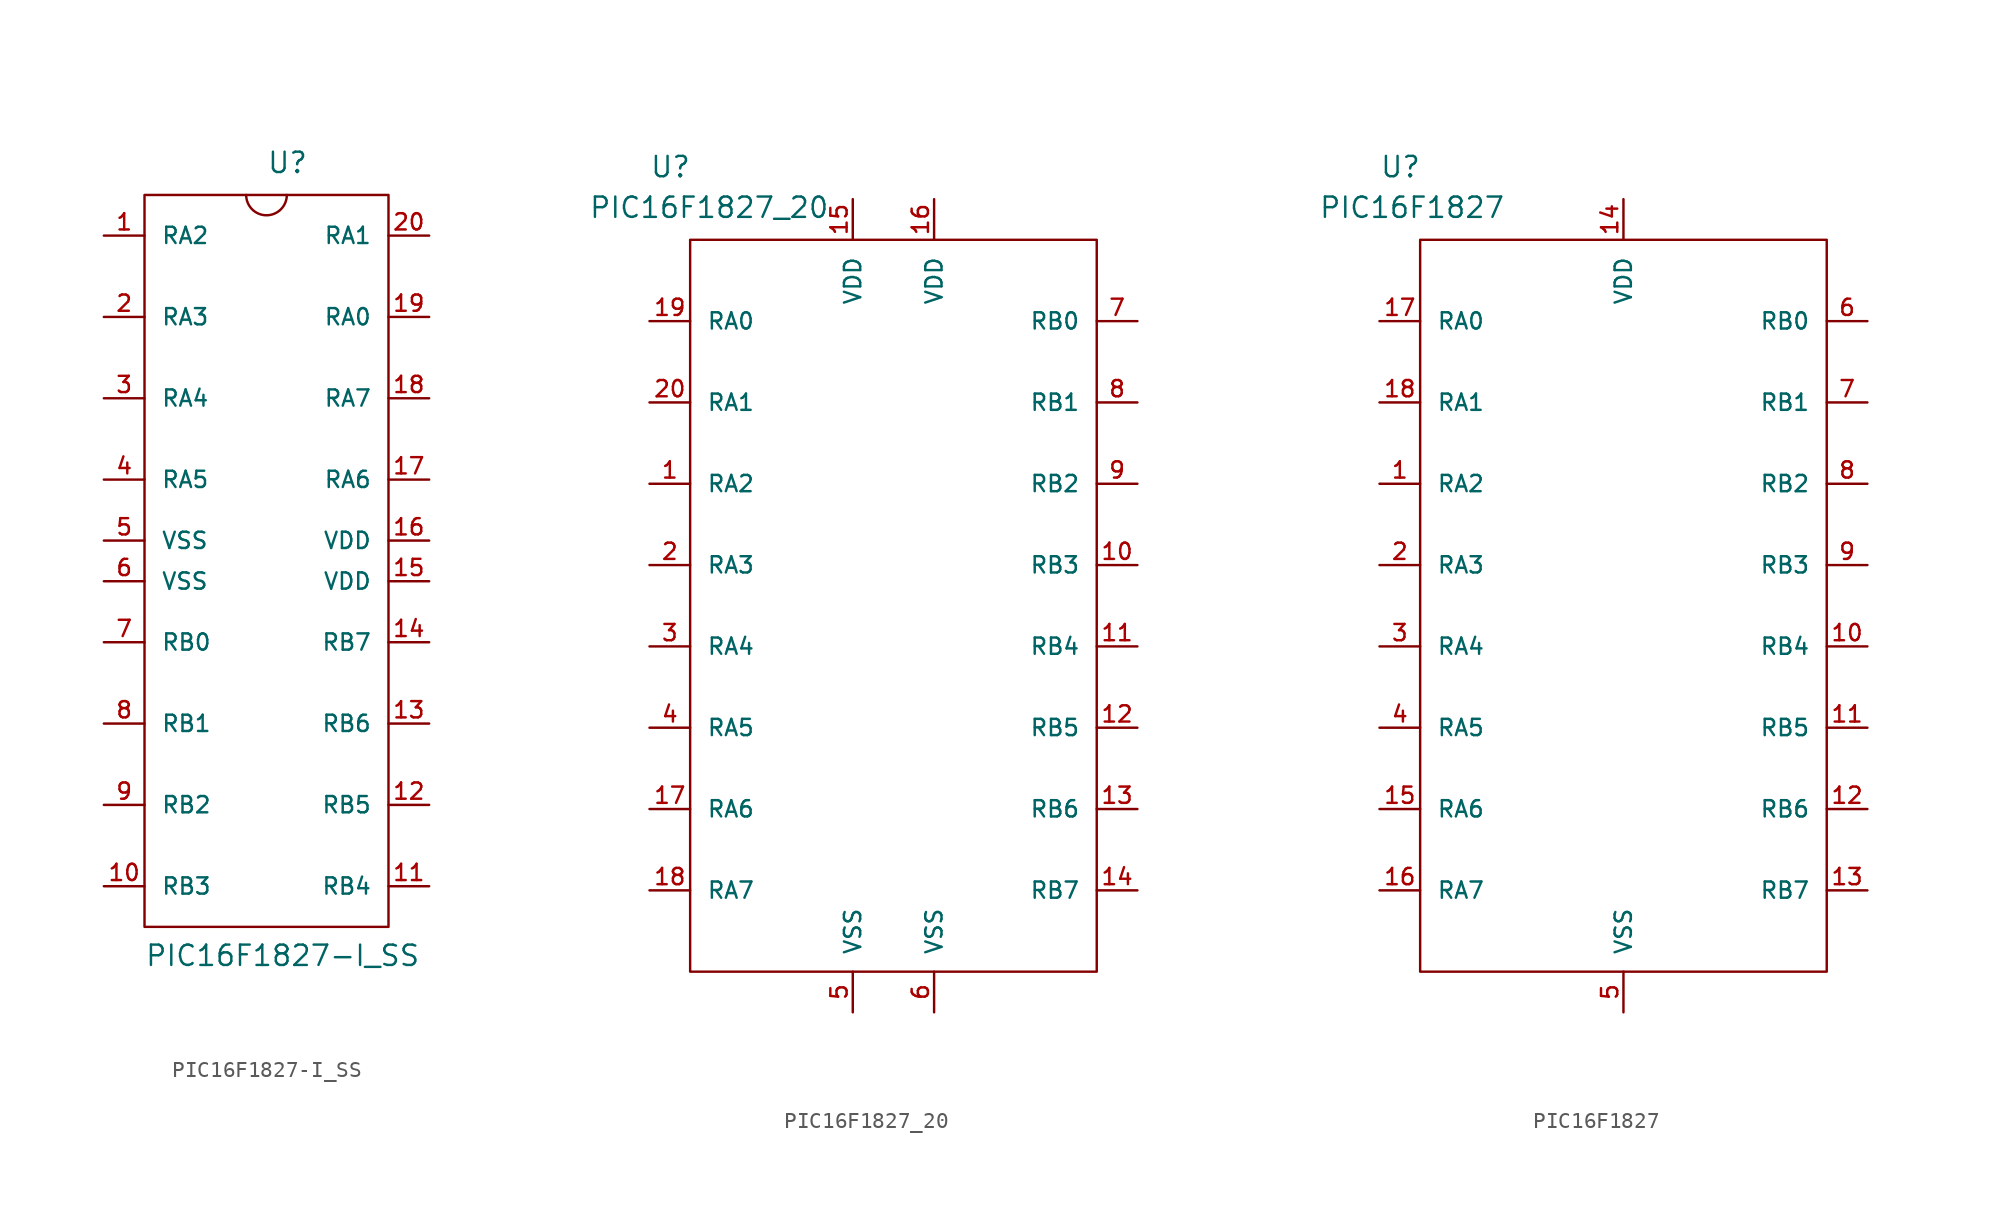
<source format=kicad_sym>
(kicad_symbol_lib
  (version 20211014)
  (generator kicad_symbol_editor)
  (symbol "PIC16F1827-I_SS"
    (pin_names
      (offset 1.016))
    (property "Reference" "U"
      (at 0 21.59 0)
      (effects (font (size 1.27 1.27)) (justify left bottom)))
    (property "Value" "PIC16F1827-I_SS"
      (at -7.62 -27.94 0)
      (effects (font (size 1.27 1.27)) (justify left bottom)))
    (property "ki_locked" ""
      (at 0 0 0)
      (effects (font (size 1.27 1.27))))
    (symbol "PIC16F1827-I_SS_0_0"
      (pin bidirectional line (at -10.16 17.78 0) (length 2.54) (name "RA2" (effects (font (size 1.016 1.016)))) (number "1" (effects (font (size 1.016 1.016)))))
      (pin bidirectional line (at -10.16 -22.86 0) (length 2.54) (name "RB3" (effects (font (size 1.016 1.016)))) (number "10" (effects (font (size 1.016 1.016)))))
      (pin bidirectional line (at 10.16 -22.86 180) (length 2.54) (name "RB4" (effects (font (size 1.016 1.016)))) (number "11" (effects (font (size 1.016 1.016)))))
      (pin bidirectional line (at 10.16 -17.78 180) (length 2.54) (name "RB5" (effects (font (size 1.016 1.016)))) (number "12" (effects (font (size 1.016 1.016)))))
      (pin bidirectional line (at 10.16 -12.7 180) (length 2.54) (name "RB6" (effects (font (size 1.016 1.016)))) (number "13" (effects (font (size 1.016 1.016)))))
      (pin bidirectional line (at 10.16 -7.62 180) (length 2.54) (name "RB7" (effects (font (size 1.016 1.016)))) (number "14" (effects (font (size 1.016 1.016)))))
      (pin input line (at 10.16 -3.81 180) (length 2.54) (name "VDD" (effects (font (size 1.016 1.016)))) (number "15" (effects (font (size 1.016 1.016)))))
      (pin input line (at 10.16 -1.27 180) (length 2.54) (name "VDD" (effects (font (size 1.016 1.016)))) (number "16" (effects (font (size 1.016 1.016)))))
      (pin bidirectional line (at 10.16 2.54 180) (length 2.54) (name "RA6" (effects (font (size 1.016 1.016)))) (number "17" (effects (font (size 1.016 1.016)))))
      (pin bidirectional line (at 10.16 7.62 180) (length 2.54) (name "RA7" (effects (font (size 1.016 1.016)))) (number "18" (effects (font (size 1.016 1.016)))))
      (pin bidirectional line (at 10.16 12.7 180) (length 2.54) (name "RA0" (effects (font (size 1.016 1.016)))) (number "19" (effects (font (size 1.016 1.016)))))
      (pin bidirectional line (at -10.16 12.7 0) (length 2.54) (name "RA3" (effects (font (size 1.016 1.016)))) (number "2" (effects (font (size 1.016 1.016)))))
      (pin bidirectional line (at 10.16 17.78 180) (length 2.54) (name "RA1" (effects (font (size 1.016 1.016)))) (number "20" (effects (font (size 1.016 1.016)))))
      (pin bidirectional line (at -10.16 7.62 0) (length 2.54) (name "RA4" (effects (font (size 1.016 1.016)))) (number "3" (effects (font (size 1.016 1.016)))))
      (pin input line (at -10.16 2.54 0) (length 2.54) (name "RA5" (effects (font (size 1.016 1.016)))) (number "4" (effects (font (size 1.016 1.016)))))
      (pin input line (at -10.16 -1.27 0) (length 2.54) (name "VSS" (effects (font (size 1.016 1.016)))) (number "5" (effects (font (size 1.016 1.016)))))
      (pin input line (at -10.16 -3.81 0) (length 2.54) (name "VSS" (effects (font (size 1.016 1.016)))) (number "6" (effects (font (size 1.016 1.016)))))
      (pin bidirectional line (at -10.16 -12.7 0) (length 2.54) (name "RB1" (effects (font (size 1.016 1.016)))) (number "8" (effects (font (size 1.016 1.016)))))
      (pin bidirectional line (at -10.16 -17.78 0) (length 2.54) (name "RB2" (effects (font (size 1.016 1.016)))) (number "9" (effects (font (size 1.016 1.016))))))
    (symbol "PIC16F1827-I_SS_0_1"
      (arc (start -1.27 20.32) (mid 0 19.05) (end 1.27 20.32) (stroke (width 0) (type default) (color 0 0 0 0)) (fill (type none)))
      (polyline (pts (xy -7.62 20.32) (xy -7.62 -25.4) (xy 7.62 -25.4) (xy 7.62 20.32) (xy -7.62 20.32)) (stroke (width 0) (type default) (color 0 0 0 0)) (fill (type none))))
    (symbol "PIC16F1827-I_SS_1_0"
      (pin bidirectional line (at -10.16 -7.62 0) (length 2.54) (name "RB0" (effects (font (size 1.016 1.016)))) (number "7" (effects (font (size 1.016 1.016)))))))
  (symbol "PIC16F1827_20"
    (pin_names
      (offset 1.016))
    (property "Reference" "U"
      (at -15.24 26.67 0)
      (effects (font (size 1.27 1.27)) (justify left bottom)))
    (property "Value" "PIC16F1827_20"
      (at -19.05 24.13 0)
      (effects (font (size 1.27 1.27)) (justify left bottom)))
    (symbol "PIC16F1827_20_0_0"
      (pin bidirectional line (at -15.24 7.62 0) (length 2.54) (name "RA2" (effects (font (size 1.016 1.016)))) (number "1" (effects (font (size 1.016 1.016)))))
      (pin bidirectional line (at 15.24 2.54 180) (length 2.54) (name "RB3" (effects (font (size 1.016 1.016)))) (number "10" (effects (font (size 1.016 1.016)))))
      (pin bidirectional line (at 15.24 -2.54 180) (length 2.54) (name "RB4" (effects (font (size 1.016 1.016)))) (number "11" (effects (font (size 1.016 1.016)))))
      (pin bidirectional line (at 15.24 -7.62 180) (length 2.54) (name "RB5" (effects (font (size 1.016 1.016)))) (number "12" (effects (font (size 1.016 1.016)))))
      (pin bidirectional line (at 15.24 -12.7 180) (length 2.54) (name "RB6" (effects (font (size 1.016 1.016)))) (number "13" (effects (font (size 1.016 1.016)))))
      (pin bidirectional line (at 15.24 -17.78 180) (length 2.54) (name "RB7" (effects (font (size 1.016 1.016)))) (number "14" (effects (font (size 1.016 1.016)))))
      (pin power_in line (at -2.54 25.4 270) (length 2.54) (name "VDD" (effects (font (size 1.016 1.016)))) (number "15" (effects (font (size 1.016 1.016)))))
      (pin power_in line (at 2.54 25.4 270) (length 2.54) (name "VDD" (effects (font (size 1.016 1.016)))) (number "16" (effects (font (size 1.016 1.016)))))
      (pin bidirectional line (at -15.24 -12.7 0) (length 2.54) (name "RA6" (effects (font (size 1.016 1.016)))) (number "17" (effects (font (size 1.016 1.016)))))
      (pin bidirectional line (at -15.24 -17.78 0) (length 2.54) (name "RA7" (effects (font (size 1.016 1.016)))) (number "18" (effects (font (size 1.016 1.016)))))
      (pin bidirectional line (at -15.24 17.78 0) (length 2.54) (name "RA0" (effects (font (size 1.016 1.016)))) (number "19" (effects (font (size 1.016 1.016)))))
      (pin bidirectional line (at -15.24 2.54 0) (length 2.54) (name "RA3" (effects (font (size 1.016 1.016)))) (number "2" (effects (font (size 1.016 1.016)))))
      (pin bidirectional line (at -15.24 12.7 0) (length 2.54) (name "RA1" (effects (font (size 1.016 1.016)))) (number "20" (effects (font (size 1.016 1.016)))))
      (pin bidirectional line (at -15.24 -2.54 0) (length 2.54) (name "RA4" (effects (font (size 1.016 1.016)))) (number "3" (effects (font (size 1.016 1.016)))))
      (pin bidirectional line (at -15.24 -7.62 0) (length 2.54) (name "RA5" (effects (font (size 1.016 1.016)))) (number "4" (effects (font (size 1.016 1.016)))))
      (pin power_in line (at -2.54 -25.4 90) (length 2.54) (name "VSS" (effects (font (size 1.016 1.016)))) (number "5" (effects (font (size 1.016 1.016)))))
      (pin bidirectional line (at 15.24 12.7 180) (length 2.54) (name "RB1" (effects (font (size 1.016 1.016)))) (number "8" (effects (font (size 1.016 1.016)))))
      (pin bidirectional line (at 15.24 7.62 180) (length 2.54) (name "RB2" (effects (font (size 1.016 1.016)))) (number "9" (effects (font (size 1.016 1.016))))))
    (symbol "PIC16F1827_20_0_1"
      (rectangle (start -12.7 22.86) (end 12.7 -22.86) (stroke (width 0) (type default) (color 0 0 0 0)) (fill (type none))))
    (symbol "PIC16F1827_20_1_0"
      (pin bidirectional line (at 15.24 17.78 180) (length 2.54) (name "RB0" (effects (font (size 1.016 1.016)))) (number "7" (effects (font (size 1.016 1.016))))))
    (symbol "PIC16F1827_20_1_1"
      (pin power_in line (at 2.54 -25.4 90) (length 2.54) (name "VSS" (effects (font (size 1.016 1.016)))) (number "6" (effects (font (size 1.016 1.016)))))))
  (symbol "PIC16F1827"
    (pin_names
      (offset 1.016))
    (property "Reference" "U"
      (at -15.24 26.67 0)
      (effects (font (size 1.27 1.27)) (justify left bottom)))
    (property "Value" "PIC16F1827"
      (at -19.05 24.13 0)
      (effects (font (size 1.27 1.27)) (justify left bottom)))
    (symbol "PIC16F1827_0_0"
      (pin bidirectional line (at -15.24 7.62 0) (length 2.54) (name "RA2" (effects (font (size 1.016 1.016)))) (number "1" (effects (font (size 1.016 1.016)))))
      (pin bidirectional line (at 15.24 -2.54 180) (length 2.54) (name "RB4" (effects (font (size 1.016 1.016)))) (number "10" (effects (font (size 1.016 1.016)))))
      (pin bidirectional line (at 15.24 -7.62 180) (length 2.54) (name "RB5" (effects (font (size 1.016 1.016)))) (number "11" (effects (font (size 1.016 1.016)))))
      (pin bidirectional line (at 15.24 -12.7 180) (length 2.54) (name "RB6" (effects (font (size 1.016 1.016)))) (number "12" (effects (font (size 1.016 1.016)))))
      (pin bidirectional line (at 15.24 -17.78 180) (length 2.54) (name "RB7" (effects (font (size 1.016 1.016)))) (number "13" (effects (font (size 1.016 1.016)))))
      (pin power_in line (at 0 25.4 270) (length 2.54) (name "VDD" (effects (font (size 1.016 1.016)))) (number "14" (effects (font (size 1.016 1.016)))))
      (pin bidirectional line (at -15.24 -12.7 0) (length 2.54) (name "RA6" (effects (font (size 1.016 1.016)))) (number "15" (effects (font (size 1.016 1.016)))))
      (pin bidirectional line (at -15.24 -17.78 0) (length 2.54) (name "RA7" (effects (font (size 1.016 1.016)))) (number "16" (effects (font (size 1.016 1.016)))))
      (pin bidirectional line (at -15.24 17.78 0) (length 2.54) (name "RA0" (effects (font (size 1.016 1.016)))) (number "17" (effects (font (size 1.016 1.016)))))
      (pin bidirectional line (at -15.24 12.7 0) (length 2.54) (name "RA1" (effects (font (size 1.016 1.016)))) (number "18" (effects (font (size 1.016 1.016)))))
      (pin bidirectional line (at -15.24 2.54 0) (length 2.54) (name "RA3" (effects (font (size 1.016 1.016)))) (number "2" (effects (font (size 1.016 1.016)))))
      (pin bidirectional line (at -15.24 -2.54 0) (length 2.54) (name "RA4" (effects (font (size 1.016 1.016)))) (number "3" (effects (font (size 1.016 1.016)))))
      (pin bidirectional line (at -15.24 -7.62 0) (length 2.54) (name "RA5" (effects (font (size 1.016 1.016)))) (number "4" (effects (font (size 1.016 1.016)))))
      (pin power_in line (at 0 -25.4 90) (length 2.54) (name "VSS" (effects (font (size 1.016 1.016)))) (number "5" (effects (font (size 1.016 1.016)))))
      (pin bidirectional line (at 15.24 12.7 180) (length 2.54) (name "RB1" (effects (font (size 1.016 1.016)))) (number "7" (effects (font (size 1.016 1.016)))))
      (pin bidirectional line (at 15.24 7.62 180) (length 2.54) (name "RB2" (effects (font (size 1.016 1.016)))) (number "8" (effects (font (size 1.016 1.016)))))
      (pin bidirectional line (at 15.24 2.54 180) (length 2.54) (name "RB3" (effects (font (size 1.016 1.016)))) (number "9" (effects (font (size 1.016 1.016))))))
    (symbol "PIC16F1827_0_1"
      (rectangle (start -12.7 22.86) (end 12.7 -22.86) (stroke (width 0) (type default) (color 0 0 0 0)) (fill (type none))))
    (symbol "PIC16F1827_1_0"
      (pin bidirectional line (at 15.24 17.78 180) (length 2.54) (name "RB0" (effects (font (size 1.016 1.016)))) (number "6" (effects (font (size 1.016 1.016))))))))
</source>
